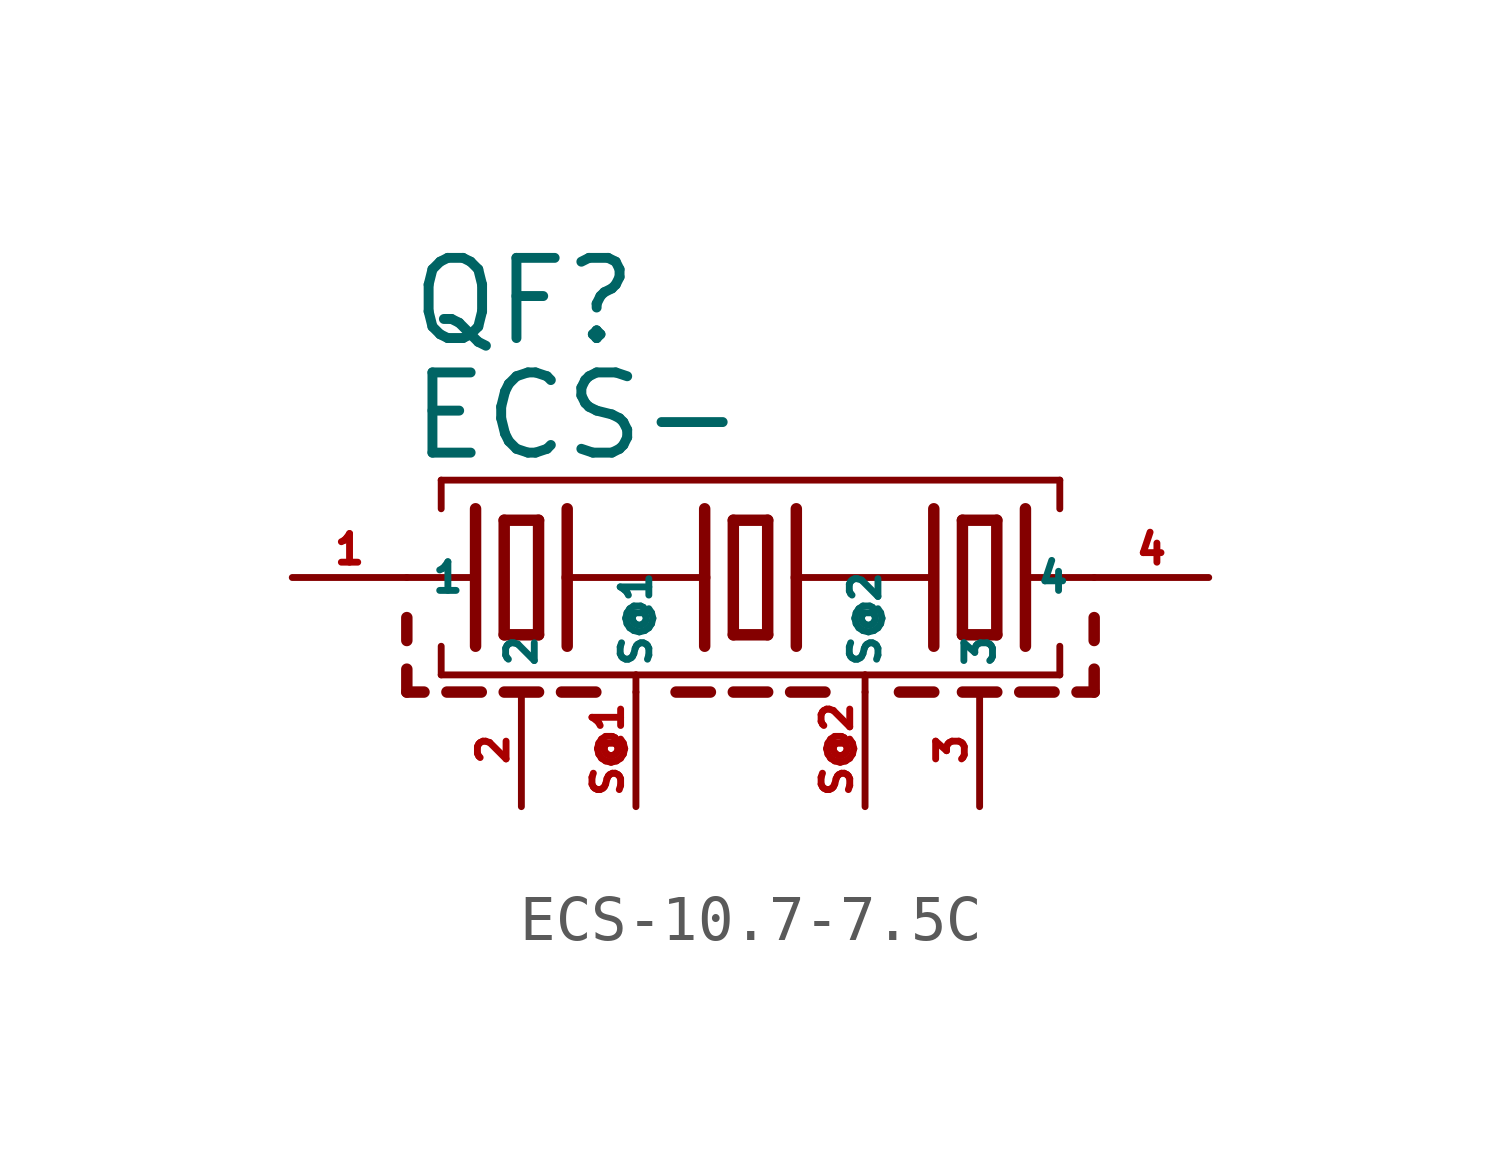
<source format=kicad_sym>
(kicad_symbol_lib
  (version 20220914)
  (generator Eagle2Kicad)
  (symbol "ECS-10.7-7.5C"
    (property "Reference" "QF"
      (at -7.62 5.08 0)
      (effects (font (size 1.778 1.778) (thickness 0.22)) (justify left bottom)))
    (property "Value" "ECS-"
      (at -7.62 2.54 0)
      (effects (font (size 1.778 1.778) (thickness 0.22)) (justify left bottom)))
    (polyline
      (pts (xy 6.096 0) (xy 7.62 0))
      (stroke (width 0.152) (type default))
      (fill (type none)))
    (polyline
      (pts (xy -7.62 0) (xy -6.096 0))
      (stroke (width 0.152) (type default))
      (fill (type none)))
    (polyline
      (pts (xy -0.381 1.27) (xy -0.381 -1.27))
      (stroke (width 0.254) (type default))
      (fill (type none)))
    (polyline
      (pts (xy -0.381 -1.27) (xy 0.381 -1.27))
      (stroke (width 0.254) (type default))
      (fill (type none)))
    (polyline
      (pts (xy 0.381 -1.27) (xy 0.381 1.27))
      (stroke (width 0.254) (type default))
      (fill (type none)))
    (polyline
      (pts (xy 0.381 1.27) (xy -0.381 1.27))
      (stroke (width 0.254) (type default))
      (fill (type none)))
    (polyline
      (pts (xy 6.096 1.524) (xy 6.096 -1.524))
      (stroke (width 0.254) (type default))
      (fill (type none)))
    (polyline
      (pts (xy -6.096 1.524) (xy -6.096 -1.524))
      (stroke (width 0.254) (type default))
      (fill (type none)))
    (polyline
      (pts (xy -6.858 1.524) (xy -6.858 2.159))
      (stroke (width 0.152) (type default))
      (fill (type none)))
    (polyline
      (pts (xy -6.858 2.159) (xy 6.858 2.159))
      (stroke (width 0.152) (type default))
      (fill (type none)))
    (polyline
      (pts (xy 6.858 2.159) (xy 6.858 1.524))
      (stroke (width 0.152) (type default))
      (fill (type none)))
    (polyline
      (pts (xy 6.858 -1.524) (xy 6.858 -2.159))
      (stroke (width 0.152) (type default))
      (fill (type none)))
    (polyline
      (pts (xy -6.858 -2.159) (xy -2.54 -2.159))
      (stroke (width 0.152) (type default))
      (fill (type none)))
    (polyline
      (pts (xy -2.54 -2.159) (xy 2.54 -2.159))
      (stroke (width 0.152) (type default))
      (fill (type none)))
    (polyline
      (pts (xy 2.54 -2.159) (xy 6.858 -2.159))
      (stroke (width 0.152) (type default))
      (fill (type none)))
    (polyline
      (pts (xy -6.858 -2.159) (xy -6.858 -1.524))
      (stroke (width 0.152) (type default))
      (fill (type none)))
    (polyline
      (pts (xy -1.016 1.524) (xy -1.016 0))
      (stroke (width 0.254) (type default))
      (fill (type none)))
    (polyline
      (pts (xy -1.016 0) (xy -1.016 -1.524))
      (stroke (width 0.254) (type default))
      (fill (type none)))
    (polyline
      (pts (xy 1.016 1.524) (xy 1.016 0))
      (stroke (width 0.254) (type default))
      (fill (type none)))
    (polyline
      (pts (xy 1.016 0) (xy 1.016 -1.524))
      (stroke (width 0.254) (type default))
      (fill (type none)))
    (polyline
      (pts (xy -4.699 1.27) (xy -5.461 1.27))
      (stroke (width 0.254) (type default))
      (fill (type none)))
    (polyline
      (pts (xy -5.461 -1.27) (xy -4.699 -1.27))
      (stroke (width 0.254) (type default))
      (fill (type none)))
    (polyline
      (pts (xy -5.461 1.27) (xy -5.461 -1.27))
      (stroke (width 0.254) (type default))
      (fill (type none)))
    (polyline
      (pts (xy -4.699 -1.27) (xy -4.699 1.27))
      (stroke (width 0.254) (type default))
      (fill (type none)))
    (polyline
      (pts (xy 5.461 -1.27) (xy 5.461 1.27))
      (stroke (width 0.254) (type default))
      (fill (type none)))
    (polyline
      (pts (xy 4.699 1.27) (xy 4.699 -1.27))
      (stroke (width 0.254) (type default))
      (fill (type none)))
    (polyline
      (pts (xy 5.461 1.27) (xy 4.699 1.27))
      (stroke (width 0.254) (type default))
      (fill (type none)))
    (polyline
      (pts (xy 4.699 -1.27) (xy 5.461 -1.27))
      (stroke (width 0.254) (type default))
      (fill (type none)))
    (polyline
      (pts (xy 4.064 1.524) (xy 4.064 -1.524))
      (stroke (width 0.254) (type default))
      (fill (type none)))
    (polyline
      (pts (xy -4.064 1.524) (xy -4.064 0))
      (stroke (width 0.254) (type default))
      (fill (type none)))
    (polyline
      (pts (xy -4.064 0) (xy -4.064 -1.524))
      (stroke (width 0.254) (type default))
      (fill (type none)))
    (polyline
      (pts (xy -4.064 0) (xy -1.016 0))
      (stroke (width 0.152) (type default))
      (fill (type none)))
    (polyline
      (pts (xy 1.016 0) (xy 4.064 0))
      (stroke (width 0.152) (type default))
      (fill (type none)))
    (polyline
      (pts (xy -7.62 -2.032) (xy -7.62 -2.54))
      (stroke (width 0.254) (type default))
      (fill (type none)))
    (polyline
      (pts (xy -7.62 -2.54) (xy -7.239 -2.54))
      (stroke (width 0.254) (type default))
      (fill (type none)))
    (polyline
      (pts (xy -5.461 -2.54) (xy -4.699 -2.54))
      (stroke (width 0.254) (type default))
      (fill (type none)))
    (polyline
      (pts (xy -6.731 -2.54) (xy -5.969 -2.54))
      (stroke (width 0.254) (type default))
      (fill (type none)))
    (polyline
      (pts (xy 4.699 -2.54) (xy 5.461 -2.54))
      (stroke (width 0.254) (type default))
      (fill (type none)))
    (polyline
      (pts (xy -4.191 -2.54) (xy -3.429 -2.54))
      (stroke (width 0.254) (type default))
      (fill (type none)))
    (polyline
      (pts (xy -1.651 -2.54) (xy -0.889 -2.54))
      (stroke (width 0.254) (type default))
      (fill (type none)))
    (polyline
      (pts (xy -0.381 -2.54) (xy 0.381 -2.54))
      (stroke (width 0.254) (type default))
      (fill (type none)))
    (polyline
      (pts (xy 0.889 -2.54) (xy 1.651 -2.54))
      (stroke (width 0.254) (type default))
      (fill (type none)))
    (polyline
      (pts (xy 3.302 -2.54) (xy 4.064 -2.54))
      (stroke (width 0.254) (type default))
      (fill (type none)))
    (polyline
      (pts (xy -2.54 -2.54) (xy -2.54 -2.159))
      (stroke (width 0.152) (type default))
      (fill (type none)))
    (polyline
      (pts (xy 2.54 -2.54) (xy 2.54 -2.159))
      (stroke (width 0.152) (type default))
      (fill (type none)))
    (polyline
      (pts (xy 7.62 -2.54) (xy 7.239 -2.54))
      (stroke (width 0.254) (type default))
      (fill (type none)))
    (polyline
      (pts (xy 6.731 -2.54) (xy 5.969 -2.54))
      (stroke (width 0.254) (type default))
      (fill (type none)))
    (polyline
      (pts (xy 7.62 -2.032) (xy 7.62 -2.54))
      (stroke (width 0.254) (type default))
      (fill (type none)))
    (polyline
      (pts (xy -7.62 -0.889) (xy -7.62 -1.397))
      (stroke (width 0.254) (type default))
      (fill (type none)))
    (polyline
      (pts (xy 7.62 -0.889) (xy 7.62 -1.397))
      (stroke (width 0.254) (type default))
      (fill (type none)))
    (pin passive line
      (at 10.16 0 180)
      (length 2.54)
      (name "4" (effects (font (size 0.635 0.635) (thickness 0.08)) (justify left bottom)))
      (number "4" (effects (font (size 0.635 0.635) (thickness 0.08)) (justify left bottom))))
    (pin passive line
      (at -10.16 0 0)
      (length 2.54)
      (name "1" (effects (font (size 0.635 0.635) (thickness 0.08)) (justify left bottom)))
      (number "1" (effects (font (size 0.635 0.635) (thickness 0.08)) (justify left bottom))))
    (pin passive line
      (at -5.08 -5.08 90)
      (length 2.54)
      (name "2" (effects (font (size 0.635 0.635) (thickness 0.08)) (justify left bottom)))
      (number "2" (effects (font (size 0.635 0.635) (thickness 0.08)) (justify left bottom))))
    (pin passive line
      (at 5.08 -5.08 90)
      (length 2.54)
      (name "3" (effects (font (size 0.635 0.635) (thickness 0.08)) (justify left bottom)))
      (number "3" (effects (font (size 0.635 0.635) (thickness 0.08)) (justify left bottom))))
    (pin passive line
      (at -2.54 -5.08 90)
      (length 2.54)
      (name "S@1" (effects (font (size 0.635 0.635) (thickness 0.08)) (justify left bottom)))
      (number "S@1" (effects (font (size 0.635 0.635) (thickness 0.08)) (justify left bottom))))
    (pin passive line
      (at 2.54 -5.08 90)
      (length 2.54)
      (name "S@2" (effects (font (size 0.635 0.635) (thickness 0.08)) (justify left bottom)))
      (number "S@2" (effects (font (size 0.635 0.635) (thickness 0.08)) (justify left bottom))))))
</source>
